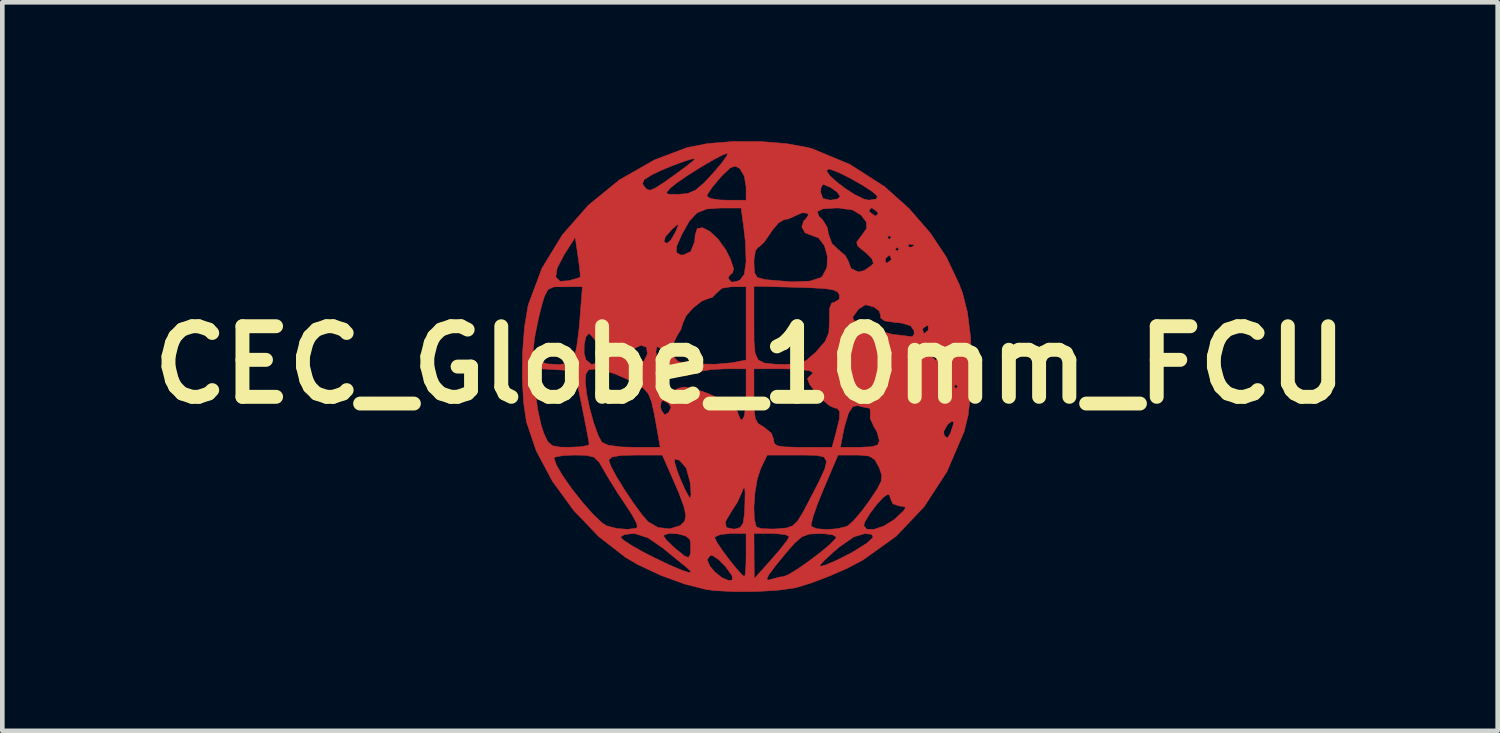
<source format=kicad_pcb>
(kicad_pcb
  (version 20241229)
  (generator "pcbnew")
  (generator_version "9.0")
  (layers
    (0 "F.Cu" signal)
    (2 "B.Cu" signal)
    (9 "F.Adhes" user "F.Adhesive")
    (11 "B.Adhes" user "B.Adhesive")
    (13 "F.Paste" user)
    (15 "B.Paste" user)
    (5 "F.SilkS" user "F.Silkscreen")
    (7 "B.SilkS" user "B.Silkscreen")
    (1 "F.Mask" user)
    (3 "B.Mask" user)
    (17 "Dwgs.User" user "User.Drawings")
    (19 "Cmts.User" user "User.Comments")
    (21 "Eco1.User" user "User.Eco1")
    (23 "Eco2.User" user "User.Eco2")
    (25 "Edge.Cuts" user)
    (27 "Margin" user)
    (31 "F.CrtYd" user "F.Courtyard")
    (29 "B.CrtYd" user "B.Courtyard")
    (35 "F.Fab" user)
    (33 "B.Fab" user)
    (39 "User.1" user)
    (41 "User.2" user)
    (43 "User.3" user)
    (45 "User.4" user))
  (footprint "CEC_Globe_10mm_FCU"
    (layer "F.Cu")
    (at 13.143 4.828)
    (property "Reference" "CEC_Globe_10mm_FCU" (at 0 0 0) (layer "F.SilkS") (effects (font (size 1.524 1.524) (thickness 0.3))))
    (attr through_hole)
    (fp_poly (pts (xy 0.23 -4.822) (xy 0.793 -4.777) (xy 1.267 -4.689) (xy 1.341 -4.668) (xy 2.158 -4.328) (xy 2.906 -3.848) (xy 3.436 -3.373) (xy 3.895 -2.845) (xy 4.241 -2.323) (xy 4.516 -1.742) (xy 4.586 -1.56) (xy 4.694 -1.135) (xy 4.761 -0.602) (xy 4.787 -0.017) (xy 4.769 0.565) (xy 4.708 1.088) (xy 4.623 1.439) (xy 4.251 2.306) (xy 3.759 3.063) (xy 3.154 3.7) (xy 2.442 4.21) (xy 2.106 4.388) (xy 1.728 4.554) (xy 1.345 4.7) (xy 1.025 4.8) (xy 0.948 4.818) (xy 0.591 4.867) (xy 0.139 4.893) (xy -0.334 4.896) (xy -0.753 4.874) (xy -0.931 4.852) (xy -1.397 4.736) (xy -1.918 4.547) (xy -2.414 4.315) (xy -2.683 4.159) (xy -3.248 3.72) (xy -2.794 3.72) (xy -2.723 3.791) (xy -2.534 3.913) (xy -2.259 4.065) (xy -2.107 4.143) (xy -1.742 4.318) (xy -1.472 4.433) (xy -1.311 4.483) (xy -1.272 4.464) (xy -1.36 4.379) (xy -1.496 4.269) (xy -1.576 4.205) (xy -0.926 4.205) (xy -0.869 4.341) (xy -0.759 4.471) (xy -0.61 4.592) (xy -0.468 4.653) (xy -0.378 4.644) (xy -0.38 4.628) (xy 0.36 4.628) (xy 0.403 4.646) (xy 0.459 4.629) (xy 0.645 4.579) (xy 0.718 4.572) (xy 0.837 4.524) (xy 1.039 4.4) (xy 1.15 4.322) (xy 1.511 4.322) (xy 1.525 4.349) (xy 1.638 4.317) (xy 1.651 4.313) (xy 1.883 4.213) (xy 2.163 4.07) (xy 2.26 4.015) (xy 2.536 3.84) (xy 2.658 3.722) (xy 2.628 3.658) (xy 2.481 3.642) (xy 2.242 3.713) (xy 1.933 3.927) (xy 1.82 4.023) (xy 1.606 4.219) (xy 1.511 4.322) (xy 1.15 4.322) (xy 1.281 4.23) (xy 1.523 4.046) (xy 1.725 3.877) (xy 1.846 3.753) (xy 1.863 3.718) (xy 1.787 3.671) (xy 1.597 3.644) (xy 1.495 3.641) (xy 1.278 3.653) (xy 1.118 3.713) (xy 0.959 3.85) (xy 0.791 4.043) (xy 0.546 4.342) (xy 0.405 4.532) (xy 0.36 4.628) (xy -0.38 4.628) (xy -0.386 4.555) (xy -0.389 4.551) (xy -0.522 4.362) (xy -0.678 4.203) (xy -0.811 4.115) (xy -0.859 4.114) (xy -0.926 4.205) (xy -1.576 4.205) (xy -1.709 4.096) (xy -1.876 3.958) (xy -2.207 3.731) (xy -2.309 3.698) (xy -1.863 3.698) (xy -1.804 3.783) (xy -1.655 3.927) (xy -1.587 3.986) (xy -1.414 4.125) (xy -1.329 4.158) (xy -1.293 4.096) (xy -1.284 4.05) (xy -1.283 3.848) (xy -1.303 3.762) (xy -1.341 3.732) (xy -0.762 3.732) (xy -0.714 3.833) (xy -0.594 4.01) (xy -0.438 4.219) (xy -0.282 4.412) (xy -0.161 4.542) (xy -0.117 4.572) (xy -0.099 4.495) (xy -0.088 4.298) (xy -0.085 4.106) (xy -0.085 3.641) (xy 0.085 3.641) (xy 0.088 4.128) (xy 0.092 4.614) (xy 0.469 4.193) (xy 0.661 3.97) (xy 0.797 3.795) (xy 0.847 3.706) (xy 0.771 3.667) (xy 0.579 3.644) (xy 0.466 3.641) (xy 0.085 3.641) (xy -0.085 3.641) (xy -0.423 3.641) (xy -0.636 3.661) (xy -0.753 3.712) (xy -0.762 3.732) (xy -1.341 3.732) (xy -1.396 3.691) (xy -1.565 3.647) (xy -1.74 3.638) (xy -1.852 3.672) (xy -1.863 3.698) (xy -2.309 3.698) (xy -2.483 3.643) (xy -2.528 3.641) (xy -2.711 3.663) (xy -2.794 3.716) (xy -2.794 3.72) (xy -3.248 3.72) (xy -3.271 3.702) (xy -3.808 3.14) (xy -4.267 2.511) (xy -4.533 2.011) (xy -4.233 2.011) (xy -4.178 2.168) (xy -4.036 2.407) (xy -3.836 2.69) (xy -3.608 2.978) (xy -3.383 3.232) (xy -3.191 3.413) (xy -3.094 3.475) (xy -2.878 3.531) (xy -2.645 3.55) (xy -2.47 3.527) (xy -2.433 3.506) (xy -2.45 3.415) (xy -2.547 3.234) (xy -2.66 3.061) (xy -2.862 2.759) (xy -3.059 2.44) (xy -3.136 2.307) (xy -3.259 2.098) (xy -3.298 2.061) (xy -3.048 2.061) (xy -3.002 2.192) (xy -2.881 2.416) (xy -2.713 2.691) (xy -2.524 2.973) (xy -2.343 3.221) (xy -2.202 3.386) (xy -1.986 3.511) (xy -1.733 3.539) (xy -1.509 3.47) (xy -1.424 3.387) (xy -0.533 3.387) (xy -0.511 3.512) (xy -0.353 3.544) (xy -0.31 3.54) (xy -0.207 3.506) (xy -0.149 3.414) (xy -0.121 3.223) (xy -0.114 3.071) (xy 0.084 3.071) (xy 0.093 3.331) (xy 0.135 3.492) (xy 0.145 3.503) (xy 0.259 3.535) (xy 0.478 3.543) (xy 0.59 3.539) (xy 0.784 3.521) (xy 0.917 3.477) (xy 0.951 3.444) (xy 1.319 3.444) (xy 1.32 3.484) (xy 1.435 3.536) (xy 1.646 3.554) (xy 1.885 3.537) (xy 2.084 3.488) (xy 2.109 3.475) (xy 2.12 3.466) (xy 2.455 3.466) (xy 2.519 3.549) (xy 2.678 3.55) (xy 2.887 3.48) (xy 3.101 3.348) (xy 3.152 3.304) (xy 3.316 3.15) (xy 3.361 3.076) (xy 3.299 3.053) (xy 3.239 3.05) (xy 3.085 3) (xy 3.048 2.921) (xy 3.008 2.808) (xy 2.973 2.794) (xy 2.878 2.858) (xy 2.737 3.012) (xy 2.592 3.204) (xy 2.485 3.378) (xy 2.455 3.466) (xy 2.12 3.466) (xy 2.234 3.366) (xy 2.409 3.161) (xy 2.579 2.931) (xy 2.748 2.677) (xy 2.832 2.511) (xy 2.844 2.382) (xy 2.798 2.242) (xy 2.783 2.207) (xy 2.693 2.045) (xy 2.573 1.969) (xy 2.363 1.948) (xy 2.284 1.947) (xy 1.9 1.947) (xy 1.588 2.679) (xy 1.456 3.005) (xy 1.363 3.272) (xy 1.319 3.444) (xy 0.951 3.444) (xy 1.025 3.374) (xy 1.145 3.181) (xy 1.281 2.921) (xy 1.488 2.521) (xy 1.613 2.249) (xy 1.652 2.08) (xy 1.598 1.99) (xy 1.444 1.954) (xy 1.186 1.947) (xy 1.037 1.947) (xy 0.37 1.947) (xy 0.227 2.247) (xy 0.155 2.472) (xy 0.106 2.766) (xy 0.084 3.071) (xy -0.114 3.071) (xy -0.111 3.006) (xy -0.107 2.744) (xy -0.119 2.64) (xy -0.15 2.679) (xy -0.166 2.728) (xy -0.273 2.965) (xy -0.414 3.183) (xy -0.533 3.387) (xy -1.424 3.387) (xy -1.412 3.376) (xy -1.386 3.257) (xy -1.426 3.061) (xy -1.538 2.759) (xy -1.61 2.593) (xy -1.825 2.102) (xy -1.628 2.102) (xy -1.575 2.282) (xy -1.508 2.455) (xy -1.404 2.69) (xy -1.321 2.843) (xy -1.29 2.879) (xy -1.274 2.804) (xy -1.284 2.617) (xy -1.295 2.528) (xy -1.379 2.222) (xy -1.525 2.058) (xy -1.625 2.033) (xy -1.628 2.102) (xy -1.825 2.102) (xy -1.893 1.947) (xy -2.471 1.947) (xy -2.798 1.957) (xy -2.982 1.99) (xy -3.047 2.05) (xy -3.048 2.061) (xy -3.298 2.061) (xy -3.372 1.991) (xy -3.537 1.953) (xy -3.783 1.947) (xy -4.033 1.958) (xy -4.197 1.986) (xy -4.233 2.011) (xy -4.533 2.011) (xy -4.617 1.853) (xy -4.828 1.228) (xy -4.89 0.803) (xy -4.917 0.277) (xy -4.914 0.075) (xy -4.682 0.075) (xy -4.631 0.624) (xy -4.583 0.968) (xy -4.512 1.292) (xy -4.453 1.475) (xy -4.367 1.655) (xy -4.267 1.744) (xy -4.095 1.775) (xy -3.899 1.778) (xy -3.656 1.767) (xy -3.502 1.738) (xy -3.473 1.714) (xy -3.489 1.608) (xy -3.533 1.377) (xy -3.595 1.062) (xy -3.63 0.889) (xy -3.736 0.366) (xy -3.556 0.366) (xy -3.53 0.615) (xy -3.464 0.931) (xy -3.374 1.255) (xy -3.277 1.525) (xy -3.198 1.672) (xy -3.058 1.735) (xy -2.776 1.771) (xy -2.526 1.778) (xy -1.94 1.778) (xy -1.995 1.46) (xy -2.066 1.065) (xy -2.103 0.9) (xy -1.934 0.9) (xy -1.913 0.984) (xy -1.843 1.078) (xy -1.758 1.03) (xy -1.704 0.915) (xy -1.76 0.831) (xy -1.872 0.772) (xy -1.914 0.785) (xy -1.934 0.9) (xy -2.103 0.9) (xy -2.125 0.8) (xy -2.193 0.628) (xy -2.289 0.513) (xy -2.435 0.419) (xy -2.628 0.32) (xy -2.871 0.214) (xy -2.001 0.214) (xy -1.999 0.219) (xy -1.952 0.409) (xy -1.947 0.473) (xy -1.882 0.568) (xy -1.735 0.588) (xy -1.581 0.528) (xy -1.556 0.506) (xy -1.421 0.477) (xy -1.19 0.519) (xy -0.913 0.614) (xy -0.636 0.74) (xy -0.406 0.878) (xy -0.271 1.008) (xy -0.254 1.061) (xy -0.208 1.172) (xy -0.169 1.185) (xy -0.125 1.108) (xy -0.095 0.902) (xy -0.085 0.635) (xy -0.085 0.085) (xy 0.085 0.085) (xy 0.085 0.664) (xy 0.09 0.974) (xy 0.114 1.159) (xy 0.172 1.263) (xy 0.276 1.33) (xy 0.296 1.339) (xy 0.463 1.476) (xy 0.508 1.607) (xy 0.523 1.695) (xy 0.59 1.746) (xy 0.746 1.77) (xy 1.024 1.778) (xy 1.139 1.778) (xy 1.77 1.778) (xy 1.952 1.778) (xy 2.373 1.778) (xy 2.629 1.767) (xy 2.756 1.727) (xy 2.791 1.642) (xy 2.791 1.63) (xy 2.74 1.444) (xy 2.738 1.442) (xy 4.18 1.442) (xy 4.196 1.531) (xy 4.263 1.579) (xy 4.327 1.476) (xy 4.383 1.303) (xy 4.397 1.231) (xy 4.353 1.217) (xy 4.266 1.286) (xy 4.18 1.442) (xy 2.738 1.442) (xy 2.67 1.325) (xy 2.594 1.155) (xy 2.597 1.05) (xy 2.592 0.946) (xy 2.556 0.931) (xy 2.405 0.903) (xy 2.336 0.88) (xy 2.222 0.895) (xy 2.125 1.045) (xy 2.037 1.345) (xy 2.004 1.503) (xy 1.952 1.778) (xy 1.77 1.778) (xy 1.858 1.46) (xy 1.929 1.169) (xy 1.936 1.005) (xy 1.879 0.938) (xy 1.829 0.931) (xy 1.713 0.879) (xy 1.559 0.748) (xy 1.405 0.58) (xy 1.322 0.466) (xy 4.403 0.466) (xy 4.445 0.508) (xy 4.487 0.466) (xy 4.445 0.423) (xy 4.403 0.466) (xy 1.322 0.466) (xy 1.287 0.418) (xy 1.239 0.302) (xy 1.258 0.272) (xy 1.314 0.221) (xy 4.178 0.221) (xy 4.191 0.254) (xy 4.267 0.335) (xy 4.281 0.339) (xy 4.317 0.273) (xy 4.318 0.254) (xy 4.253 0.173) (xy 4.228 0.169) (xy 4.178 0.221) (xy 1.314 0.221) (xy 1.35 0.189) (xy 1.355 0.162) (xy 1.277 0.125) (xy 1.071 0.098) (xy 0.779 0.085) (xy 0.72 0.085) (xy 0.085 0.085) (xy -0.085 0.085) (xy -0.546 0.085) (xy -0.852 0.103) (xy -1.122 0.15) (xy -1.226 0.184) (xy -1.415 0.241) (xy -1.537 0.19) (xy -1.543 0.184) (xy -1.702 0.105) (xy -1.846 0.085) (xy -1.992 0.113) (xy -2.001 0.214) (xy -2.871 0.214) (xy -2.918 0.193) (xy -3.183 0.108) (xy -3.323 0.086) (xy -3.483 0.105) (xy -3.546 0.2) (xy -3.556 0.366) (xy -3.736 0.366) (xy -3.785 0.127) (xy -4.682 0.075) (xy -4.914 0.075) (xy -4.91 -0.285) (xy -4.907 -0.315) (xy -4.682 -0.315) (xy -4.661 -0.167) (xy -4.582 -0.085) (xy -4.581 -0.085) (xy -4.378 -0.022) (xy -4.118 -0.007) (xy -3.895 -0.04) (xy -3.839 -0.065) (xy -3.79 -0.172) (xy -3.773 -0.249) (xy -3.582 -0.249) (xy -3.542 -0.111) (xy -3.538 -0.106) (xy -3.421 -0.01) (xy -3.284 -0.043) (xy -3.228 -0.076) (xy -3.164 -0.152) (xy -3.179 -0.217) (xy -2.578 -0.217) (xy -2.577 -0.074) (xy -2.556 -0.044) (xy -2.423 -0.006) (xy -2.288 -0.086) (xy -2.217 -0.234) (xy -2.222 -0.285) (xy -2.032 -0.285) (xy -2.006 -0.118) (xy -1.947 -0.039) (xy -1.89 -0.081) (xy -1.876 -0.128) (xy -1.899 -0.303) (xy -1.939 -0.365) (xy -2.012 -0.395) (xy -2.032 -0.285) (xy -2.222 -0.285) (xy -2.234 -0.383) (xy -2.313 -0.41) (xy -1.682 -0.41) (xy -1.677 -0.207) (xy -1.56 -0.078) (xy -1.503 -0.06) (xy -1.149 -0.02) (xy -0.747 -0.015) (xy -0.395 -0.045) (xy -0.349 -0.053) (xy -0.085 -0.106) (xy -0.085 -0.898) (xy 0.085 -0.898) (xy 0.087 -0.507) (xy 0.109 -0.255) (xy 0.175 -0.109) (xy 0.308 -0.04) (xy 0.533 -0.016) (xy 0.767 -0.01) (xy 1.025 -0.021) (xy 1.213 -0.095) (xy 1.344 -0.209) (xy 3.917 -0.209) (xy 3.934 -0.175) (xy 4.014 -0.087) (xy 4.029 -0.149) (xy 4.009 -0.215) (xy 3.946 -0.308) (xy 3.918 -0.306) (xy 3.917 -0.209) (xy 1.344 -0.209) (xy 1.409 -0.265) (xy 1.441 -0.298) (xy 1.622 -0.509) (xy 1.702 -0.698) (xy 1.715 -0.946) (xy 1.714 -0.975) (xy 1.714 -1.034) (xy 2.218 -1.034) (xy 2.242 -0.953) (xy 2.403 -0.931) (xy 2.603 -0.883) (xy 2.705 -0.809) (xy 2.853 -0.719) (xy 3.083 -0.658) (xy 3.118 -0.654) (xy 3.341 -0.629) (xy 3.487 -0.609) (xy 3.499 -0.607) (xy 3.544 -0.662) (xy 3.54 -0.741) (xy 3.525 -0.762) (xy 3.725 -0.762) (xy 3.754 -0.68) (xy 3.763 -0.677) (xy 3.835 -0.737) (xy 3.852 -0.762) (xy 3.846 -0.84) (xy 3.815 -0.847) (xy 3.729 -0.785) (xy 3.725 -0.762) (xy 3.525 -0.762) (xy 3.466 -0.846) (xy 3.272 -0.903) (xy 3.146 -0.915) (xy 2.907 -0.95) (xy 2.819 -1.014) (xy 2.823 -1.053) (xy 2.788 -1.167) (xy 2.668 -1.254) (xy 2.491 -1.297) (xy 2.351 -1.21) (xy 2.336 -1.194) (xy 2.218 -1.034) (xy 1.714 -1.034) (xy 1.717 -1.22) (xy 1.762 -1.334) (xy 1.828 -1.355) (xy 1.928 -1.418) (xy 1.931 -1.503) (xy 1.898 -1.57) (xy 1.81 -1.615) (xy 1.636 -1.645) (xy 1.347 -1.663) (xy 0.994 -1.675) (xy 0.085 -1.699) (xy 0.085 -0.898) (xy -0.085 -0.898) (xy -0.085 -1.693) (xy -0.372 -1.693) (xy -0.603 -1.656) (xy -0.708 -1.566) (xy -0.819 -1.454) (xy -0.882 -1.439) (xy -1.038 -1.379) (xy -1.224 -1.235) (xy -1.378 -1.063) (xy -1.442 -0.922) (xy -1.492 -0.765) (xy -1.569 -0.64) (xy -1.682 -0.41) (xy -2.313 -0.41) (xy -2.355 -0.423) (xy -2.49 -0.359) (xy -2.578 -0.217) (xy -3.179 -0.217) (xy -3.193 -0.276) (xy -3.267 -0.414) (xy -3.384 -0.587) (xy -3.47 -0.675) (xy -3.48 -0.677) (xy -3.543 -0.605) (xy -3.58 -0.438) (xy -3.582 -0.249) (xy -3.773 -0.249) (xy -3.739 -0.409) (xy -3.696 -0.733) (xy -3.68 -0.91) (xy -3.619 -1.693) (xy -3.997 -1.693) (xy -4.234 -1.684) (xy -4.36 -1.629) (xy -4.437 -1.483) (xy -4.481 -1.343) (xy -4.561 -1.031) (xy -4.634 -0.679) (xy -4.651 -0.578) (xy -4.682 -0.315) (xy -4.907 -0.315) (xy -4.869 -0.818) (xy -4.796 -1.259) (xy -4.783 -1.312) (xy -4.563 -1.896) (xy -4.194 -1.896) (xy -4.1 -1.805) (xy -3.915 -1.818) (xy -3.742 -1.866) (xy -3.666 -1.893) (xy -3.668 -1.979) (xy -3.691 -2.179) (xy -3.712 -2.331) (xy -3.726 -2.427) (xy -1.593 -2.427) (xy -1.501 -2.374) (xy -1.448 -2.371) (xy -1.282 -2.445) (xy -1.195 -2.658) (xy -1.185 -2.801) (xy -1.141 -2.942) (xy -1.026 -2.963) (xy -0.867 -2.882) (xy -0.691 -2.717) (xy -0.524 -2.485) (xy -0.422 -2.283) (xy -0.355 -2.081) (xy -0.375 -1.985) (xy -0.407 -1.967) (xy -0.472 -1.889) (xy -0.461 -1.855) (xy -0.401 -1.787) (xy -0.305 -1.798) (xy -0.219 -1.829) (xy -0.125 -1.954) (xy -0.088 -2.207) (xy 0.085 -2.207) (xy 0.096 -1.99) (xy 0.159 -1.887) (xy 0.313 -1.845) (xy 0.36 -1.839) (xy 0.903 -1.793) (xy 1.293 -1.809) (xy 1.529 -1.885) (xy 1.56 -1.911) (xy 1.661 -2.103) (xy 1.671 -2.343) (xy 1.606 -2.575) (xy 1.48 -2.743) (xy 1.338 -2.794) (xy 1.188 -2.852) (xy 1.118 -2.98) (xy 1.159 -3.11) (xy 1.192 -3.137) (xy 1.259 -3.23) (xy 1.243 -3.273) (xy 1.129 -3.285) (xy 1.013 -3.235) (xy 0.83 -3.152) (xy 0.729 -3.133) (xy 0.614 -3.065) (xy 0.474 -2.898) (xy 0.435 -2.836) (xy 0.305 -2.65) (xy 0.195 -2.547) (xy 0.172 -2.54) (xy 0.117 -2.465) (xy 0.087 -2.278) (xy 0.085 -2.207) (xy -0.088 -2.207) (xy -0.085 -2.23) (xy -0.099 -2.647) (xy -0.139 -2.994) (xy -0.182 -3.31) (xy 1.453 -3.31) (xy 1.488 -3.207) (xy 1.566 -3.133) (xy 1.668 -2.968) (xy 1.693 -2.828) (xy 1.768 -2.621) (xy 1.905 -2.49) (xy 2.057 -2.36) (xy 2.117 -2.251) (xy 2.183 -2.079) (xy 2.34 -2.007) (xy 2.464 -2.036) (xy 2.612 -2.139) (xy 2.663 -2.194) (xy 2.635 -2.286) (xy 2.921 -2.286) (xy 2.928 -2.208) (xy 2.958 -2.201) (xy 3.045 -2.263) (xy 3.048 -2.286) (xy 3.019 -2.368) (xy 3.011 -2.371) (xy 2.938 -2.311) (xy 2.921 -2.286) (xy 2.635 -2.286) (xy 2.634 -2.29) (xy 2.502 -2.422) (xy 2.478 -2.44) (xy 2.407 -2.498) (xy 3.133 -2.498) (xy 3.175 -2.455) (xy 3.217 -2.498) (xy 3.175 -2.54) (xy 3.133 -2.498) (xy 2.407 -2.498) (xy 2.328 -2.562) (xy 2.317 -2.596) (xy 3.415 -2.596) (xy 3.427 -2.546) (xy 3.471 -2.54) (xy 3.541 -2.571) (xy 3.528 -2.596) (xy 3.427 -2.607) (xy 3.415 -2.596) (xy 2.317 -2.596) (xy 2.302 -2.649) (xy 2.377 -2.752) (xy 2.963 -2.752) (xy 3.006 -2.709) (xy 3.048 -2.752) (xy 3.006 -2.794) (xy 2.963 -2.752) (xy 2.377 -2.752) (xy 2.385 -2.763) (xy 2.393 -2.772) (xy 2.518 -2.945) (xy 2.51 -3.086) (xy 2.4 -3.232) (xy 2.234 -3.335) (xy 2.569 -3.335) (xy 2.582 -3.302) (xy 2.694 -3.22) (xy 2.719 -3.217) (xy 2.765 -3.269) (xy 2.752 -3.302) (xy 2.64 -3.384) (xy 2.615 -3.387) (xy 2.569 -3.335) (xy 2.234 -3.335) (xy 2.22 -3.343) (xy 1.925 -3.386) (xy 1.85 -3.387) (xy 1.571 -3.369) (xy 1.453 -3.31) (xy -0.182 -3.31) (xy -0.192 -3.387) (xy -0.633 -3.387) (xy -0.935 -3.366) (xy -1.145 -3.282) (xy -1.312 -3.102) (xy -1.471 -2.819) (xy -1.582 -2.567) (xy -1.593 -2.427) (xy -3.726 -2.427) (xy -3.76 -2.656) (xy -1.857 -2.656) (xy -1.792 -2.625) (xy -1.71 -2.693) (xy -1.615 -2.856) (xy -1.548 -3.012) (xy -1.566 -3.031) (xy -1.686 -2.927) (xy -1.828 -2.766) (xy -1.857 -2.656) (xy -3.76 -2.656) (xy -3.775 -2.752) (xy -4.01 -2.384) (xy -4.164 -2.091) (xy -4.194 -1.896) (xy -4.563 -1.896) (xy -4.492 -2.087) (xy -4.054 -2.805) (xy -3.491 -3.447) (xy -3.252 -3.642) (xy -0.931 -3.642) (xy -0.855 -3.593) (xy -0.66 -3.562) (xy -0.508 -3.556) (xy -0.085 -3.556) (xy -0.085 -3.725) (xy 1.524 -3.725) (xy 1.574 -3.593) (xy 1.736 -3.556) (xy 1.895 -3.584) (xy 1.947 -3.638) (xy 1.882 -3.731) (xy 1.737 -3.834) (xy 1.592 -3.893) (xy 1.572 -3.895) (xy 1.533 -3.823) (xy 1.524 -3.725) (xy -0.085 -3.725) (xy -0.085 -3.842) (xy -0.124 -4.076) (xy -0.189 -4.187) (xy 1.653 -4.187) (xy 1.724 -4.085) (xy 1.874 -3.947) (xy 2.068 -3.8) (xy 2.275 -3.669) (xy 2.46 -3.58) (xy 2.566 -3.556) (xy 2.725 -3.581) (xy 2.751 -3.642) (xy 2.639 -3.743) (xy 2.427 -3.881) (xy 2.17 -4.027) (xy 1.923 -4.151) (xy 1.738 -4.222) (xy 1.693 -4.229) (xy 1.653 -4.187) (xy -0.189 -4.187) (xy -0.22 -4.24) (xy -0.221 -4.241) (xy -0.318 -4.292) (xy -0.423 -4.256) (xy -0.579 -4.112) (xy -0.644 -4.041) (xy -0.81 -3.844) (xy -0.914 -3.69) (xy -0.931 -3.642) (xy -3.252 -3.642) (xy -3.147 -3.727) (xy -1.801 -3.727) (xy -1.776 -3.687) (xy -1.617 -3.68) (xy -1.534 -3.682) (xy -1.338 -3.703) (xy -1.174 -3.775) (xy -0.995 -3.928) (xy -0.804 -4.131) (xy -0.62 -4.347) (xy -0.505 -4.504) (xy -0.48 -4.571) (xy -0.484 -4.572) (xy -0.601 -4.529) (xy -0.813 -4.416) (xy -1.076 -4.262) (xy -1.343 -4.093) (xy -1.572 -3.937) (xy -1.717 -3.822) (xy -1.801 -3.727) (xy -3.147 -3.727) (xy -2.919 -3.913) (xy -2.321 -3.913) (xy -2.282 -3.848) (xy -2.223 -3.787) (xy -2.156 -3.771) (xy -2.049 -3.815) (xy -1.869 -3.931) (xy -1.587 -4.131) (xy -1.372 -4.29) (xy -1.226 -4.407) (xy -1.185 -4.449) (xy -1.255 -4.446) (xy -1.432 -4.392) (xy -1.668 -4.304) (xy -1.917 -4.201) (xy -2.113 -4.108) (xy -2.285 -4.001) (xy -2.321 -3.913) (xy -2.919 -3.913) (xy -2.82 -3.994) (xy -2.061 -4.427) (xy -1.36 -4.691) (xy -0.909 -4.78) (xy -0.358 -4.823) (xy 0.23 -4.822)) (stroke (width 0.01) (type solid)) (fill yes) (layer "F.Cu"))
    (pad "1" smd circle (at 0 0) (size 0.01 0.01) (layers "F.Cu" "F.Mask" "F.Paste")))
  (gr_rect
    (start -3 -3)
    (end 29.285 12.729)
    (stroke (width 0.1) (type default))
    (fill no)
    (layer "Edge.Cuts")))
</source>
